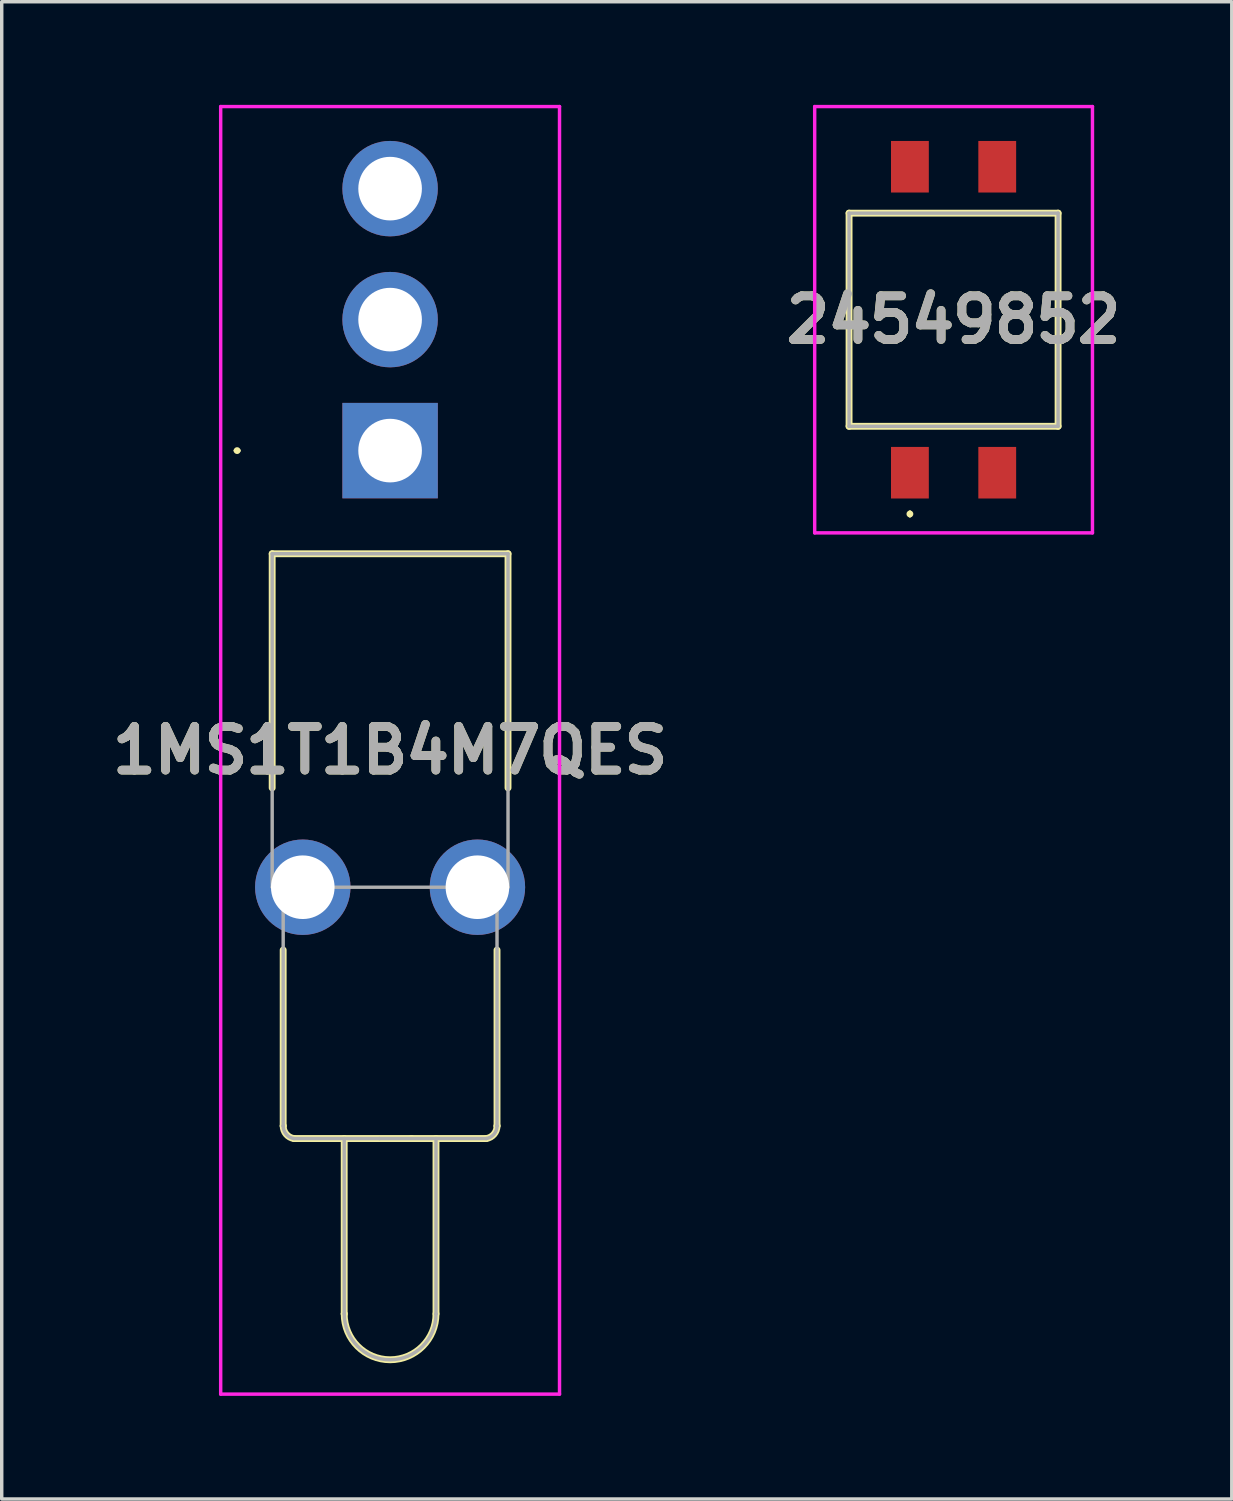
<source format=kicad_pcb>
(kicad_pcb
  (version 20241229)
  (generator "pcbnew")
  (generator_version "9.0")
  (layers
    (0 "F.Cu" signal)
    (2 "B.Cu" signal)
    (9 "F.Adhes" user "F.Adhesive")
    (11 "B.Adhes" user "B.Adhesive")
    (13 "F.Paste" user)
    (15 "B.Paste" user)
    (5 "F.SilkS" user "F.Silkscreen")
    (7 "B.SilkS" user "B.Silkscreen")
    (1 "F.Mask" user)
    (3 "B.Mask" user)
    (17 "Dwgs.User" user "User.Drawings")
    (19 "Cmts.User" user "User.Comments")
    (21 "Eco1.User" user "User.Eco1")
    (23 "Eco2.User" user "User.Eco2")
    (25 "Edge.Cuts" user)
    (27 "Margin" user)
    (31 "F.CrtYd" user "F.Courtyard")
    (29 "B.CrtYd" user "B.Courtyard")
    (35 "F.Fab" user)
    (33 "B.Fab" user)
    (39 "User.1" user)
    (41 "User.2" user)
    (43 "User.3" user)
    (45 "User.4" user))
  (footprint "24549852"
    (layer "F.Cu")
    (at 24.687 6.25)
    (property "Reference" "24549852" (at 0 0 0) (layer "F.SilkS") (effects (font (size 1.27 1.27) (thickness 0.254))))
    (attr smd)
    (fp_line (start -3.04 -3.1) (end 3.04 -3.1) (stroke (width 0.2) (type solid)) (layer "F.SilkS"))
    (fp_line (start -3.04 3.1) (end -3.04 -3.1) (stroke (width 0.2) (type solid)) (layer "F.SilkS"))
    (fp_line (start -1.27 5.6) (end -1.27 5.6) (stroke (width 0.1) (type solid)) (layer "F.SilkS"))
    (fp_line (start -1.27 5.7) (end -1.27 5.7) (stroke (width 0.1) (type solid)) (layer "F.SilkS"))
    (fp_line (start 3.04 -3.1) (end 3.04 3.1) (stroke (width 0.2) (type solid)) (layer "F.SilkS"))
    (fp_line (start 3.04 3.1) (end -3.04 3.1) (stroke (width 0.2) (type solid)) (layer "F.SilkS"))
    (fp_arc (start -1.27 5.6) (mid -1.22 5.65) (end -1.27 5.7) (stroke (width 0.1) (type solid)) (layer "F.SilkS"))
    (fp_arc (start -1.27 5.7) (mid -1.32 5.65) (end -1.27 5.6) (stroke (width 0.1) (type solid)) (layer "F.SilkS"))
    (fp_line (start -4.04 -6.2) (end 4.04 -6.2) (stroke (width 0.1) (type solid)) (layer "F.CrtYd"))
    (fp_line (start -4.04 6.2) (end -4.04 -6.2) (stroke (width 0.1) (type solid)) (layer "F.CrtYd"))
    (fp_line (start 4.04 -6.2) (end 4.04 6.2) (stroke (width 0.1) (type solid)) (layer "F.CrtYd"))
    (fp_line (start 4.04 6.2) (end -4.04 6.2) (stroke (width 0.1) (type solid)) (layer "F.CrtYd"))
    (fp_line (start -3.04 -3.1) (end 3.04 -3.1) (stroke (width 0.1) (type solid)) (layer "F.Fab"))
    (fp_line (start -3.04 3.1) (end -3.04 -3.1) (stroke (width 0.1) (type solid)) (layer "F.Fab"))
    (fp_line (start 3.04 -3.1) (end 3.04 3.1) (stroke (width 0.1) (type solid)) (layer "F.Fab"))
    (fp_line (start 3.04 3.1) (end -3.04 3.1) (stroke (width 0.1) (type solid)) (layer "F.Fab"))
    (fp_text user "${REFERENCE}" (at 0 0 0) (layer "F.Fab") (effects (font (size 1.27 1.27) (thickness 0.254))))
    (pad "A1" smd rect (at -1.27 4.45) (size 1.1 1.5) (layers "F.Cu" "F.Mask" "F.Paste"))
    (pad "A2" smd rect (at 1.27 4.45) (size 1.1 1.5) (layers "F.Cu" "F.Mask" "F.Paste"))
    (pad "B1" smd rect (at -1.27 -4.45) (size 1.1 1.5) (layers "F.Cu" "F.Mask" "F.Paste"))
    (pad "B2" smd rect (at 1.27 -4.45) (size 1.1 1.5) (layers "F.Cu" "F.Mask" "F.Paste")))
  (footprint "1MS1T1B4M7QES"
    (layer "F.Cu")
    (at 8.297 10.057)
    (property "Reference" "1MS1T1B4M7QES" (at 0 8.719 0) (layer "F.SilkS") (effects (font (size 1.27 1.27) (thickness 0.254))))
    (attr through_hole)
    (fp_line (start -4.5 0) (end -4.5 0) (stroke (width 0.1) (type solid)) (layer "F.SilkS"))
    (fp_line (start -4.4 0) (end -4.4 0) (stroke (width 0.1) (type solid)) (layer "F.SilkS"))
    (fp_line (start -3.43 3) (end 3.43 3) (stroke (width 0.2) (type solid)) (layer "F.SilkS"))
    (fp_line (start -3.43 9.81) (end -3.43 3) (stroke (width 0.2) (type solid)) (layer "F.SilkS"))
    (fp_line (start -3.11 14.527) (end -3.11 19.644) (stroke (width 0.2) (type solid)) (layer "F.SilkS"))
    (fp_line (start -3.11 19.644) (end -3.11 19.644) (stroke (width 0.2) (type solid)) (layer "F.SilkS"))
    (fp_line (start -2.799 20.01) (end 0.622 20.01) (stroke (width 0.2) (type solid)) (layer "F.SilkS"))
    (fp_line (start -1.335 20.01) (end -1.335 25.11) (stroke (width 0.2) (type solid)) (layer "F.SilkS"))
    (fp_line (start -1.335 25.11) (end -1.335 25.11) (stroke (width 0.2) (type solid)) (layer "F.SilkS"))
    (fp_line (start 1.335 25.11) (end 1.335 20.01) (stroke (width 0.2) (type solid)) (layer "F.SilkS"))
    (fp_line (start 2.799 20.01) (end 0.622 20.01) (stroke (width 0.2) (type solid)) (layer "F.SilkS"))
    (fp_line (start 3.11 14.527) (end 3.11 19.644) (stroke (width 0.2) (type solid)) (layer "F.SilkS"))
    (fp_line (start 3.11 19.644) (end 3.11 19.644) (stroke (width 0.2) (type solid)) (layer "F.SilkS"))
    (fp_line (start 3.43 3) (end 3.43 9.81) (stroke (width 0.2) (type solid)) (layer "F.SilkS"))
    (fp_arc (start -4.5 0) (mid -4.45 -0.05) (end -4.4 0) (stroke (width 0.1) (type solid)) (layer "F.SilkS"))
    (fp_arc (start -4.4 0) (mid -4.45 0.05) (end -4.5 0) (stroke (width 0.1) (type solid)) (layer "F.SilkS"))
    (fp_arc (start -2.79923 20.010154) (mid -3.021974 19.884247) (end -3.11 19.644) (stroke (width 0.2) (type solid)) (layer "F.SilkS"))
    (fp_arc (start 1.335 25.11) (mid 0 26.445) (end -1.335 25.11) (stroke (width 0.2) (type solid)) (layer "F.SilkS"))
    (fp_arc (start 3.11 19.644) (mid 3.021974 19.884247) (end 2.79923 20.010154) (stroke (width 0.2) (type solid)) (layer "F.SilkS"))
    (fp_line (start -4.928 -10.007) (end 4.928 -10.007) (stroke (width 0.1) (type solid)) (layer "F.CrtYd"))
    (fp_line (start -4.928 27.445) (end -4.928 -10.007) (stroke (width 0.1) (type solid)) (layer "F.CrtYd"))
    (fp_line (start 4.928 -10.007) (end 4.928 27.445) (stroke (width 0.1) (type solid)) (layer "F.CrtYd"))
    (fp_line (start 4.928 27.445) (end -4.928 27.445) (stroke (width 0.1) (type solid)) (layer "F.CrtYd"))
    (fp_line (start -3.43 3) (end 3.43 3) (stroke (width 0.1) (type solid)) (layer "F.Fab"))
    (fp_line (start -3.43 12.7) (end -3.43 3) (stroke (width 0.1) (type solid)) (layer "F.Fab"))
    (fp_line (start -3.11 12.7) (end -3.11 19.644) (stroke (width 0.1) (type solid)) (layer "F.Fab"))
    (fp_line (start -3.11 19.644) (end -3.11 19.644) (stroke (width 0.1) (type solid)) (layer "F.Fab"))
    (fp_line (start -2.799 20.01) (end -0.311 20.01) (stroke (width 0.1) (type solid)) (layer "F.Fab"))
    (fp_line (start -1.335 25.11) (end -1.335 20.01) (stroke (width 0.1) (type solid)) (layer "F.Fab"))
    (fp_line (start 1.335 20.01) (end 1.335 25.11) (stroke (width 0.1) (type solid)) (layer "F.Fab"))
    (fp_line (start 1.335 25.11) (end 1.335 25.11) (stroke (width 0.1) (type solid)) (layer "F.Fab"))
    (fp_line (start 2.799 20.01) (end -0.311 20.01) (stroke (width 0.1) (type solid)) (layer "F.Fab"))
    (fp_line (start 3.11 12.7) (end 3.11 19.644) (stroke (width 0.1) (type solid)) (layer "F.Fab"))
    (fp_line (start 3.11 19.644) (end 3.11 19.644) (stroke (width 0.1) (type solid)) (layer "F.Fab"))
    (fp_line (start 3.43 3) (end 3.43 12.7) (stroke (width 0.1) (type solid)) (layer "F.Fab"))
    (fp_line (start 3.43 12.7) (end -3.43 12.7) (stroke (width 0.1) (type solid)) (layer "F.Fab"))
    (fp_arc (start -2.79923 20.010154) (mid -3.021974 19.884247) (end -3.11 19.644) (stroke (width 0.1) (type solid)) (layer "F.Fab"))
    (fp_arc (start 1.335 25.11) (mid 0 26.445) (end -1.335 25.11) (stroke (width 0.1) (type solid)) (layer "F.Fab"))
    (fp_arc (start 3.11 19.644) (mid 3.021974 19.884247) (end 2.79923 20.010154) (stroke (width 0.1) (type solid)) (layer "F.Fab"))
    (fp_text user "${REFERENCE}" (at 0 8.719 0) (layer "F.Fab") (effects (font (size 1.27 1.27) (thickness 0.254))))
    (pad "1" thru_hole rect (at 0 0) (size 2.775 2.775) (drill 1.85) (layers "*.Cu" "*.Mask"))
    (pad "2" thru_hole circle (at 0 -3.81) (size 2.775 2.775) (drill 1.85) (layers "*.Cu" "*.Mask"))
    (pad "3" thru_hole circle (at 0 -7.62) (size 2.775 2.775) (drill 1.85) (layers "*.Cu" "*.Mask"))
    (pad "MH1" thru_hole circle (at 2.54 12.7) (size 2.775 2.775) (drill 1.85) (layers "*.Cu" "*.Mask"))
    (pad "MH2" thru_hole circle (at -2.54 12.7) (size 2.775 2.775) (drill 1.85) (layers "*.Cu" "*.Mask")))
  (gr_rect
    (start -3 -3)
    (end 32.779 40.552)
    (stroke (width 0.1) (type default))
    (fill no)
    (layer "Edge.Cuts")))
</source>
